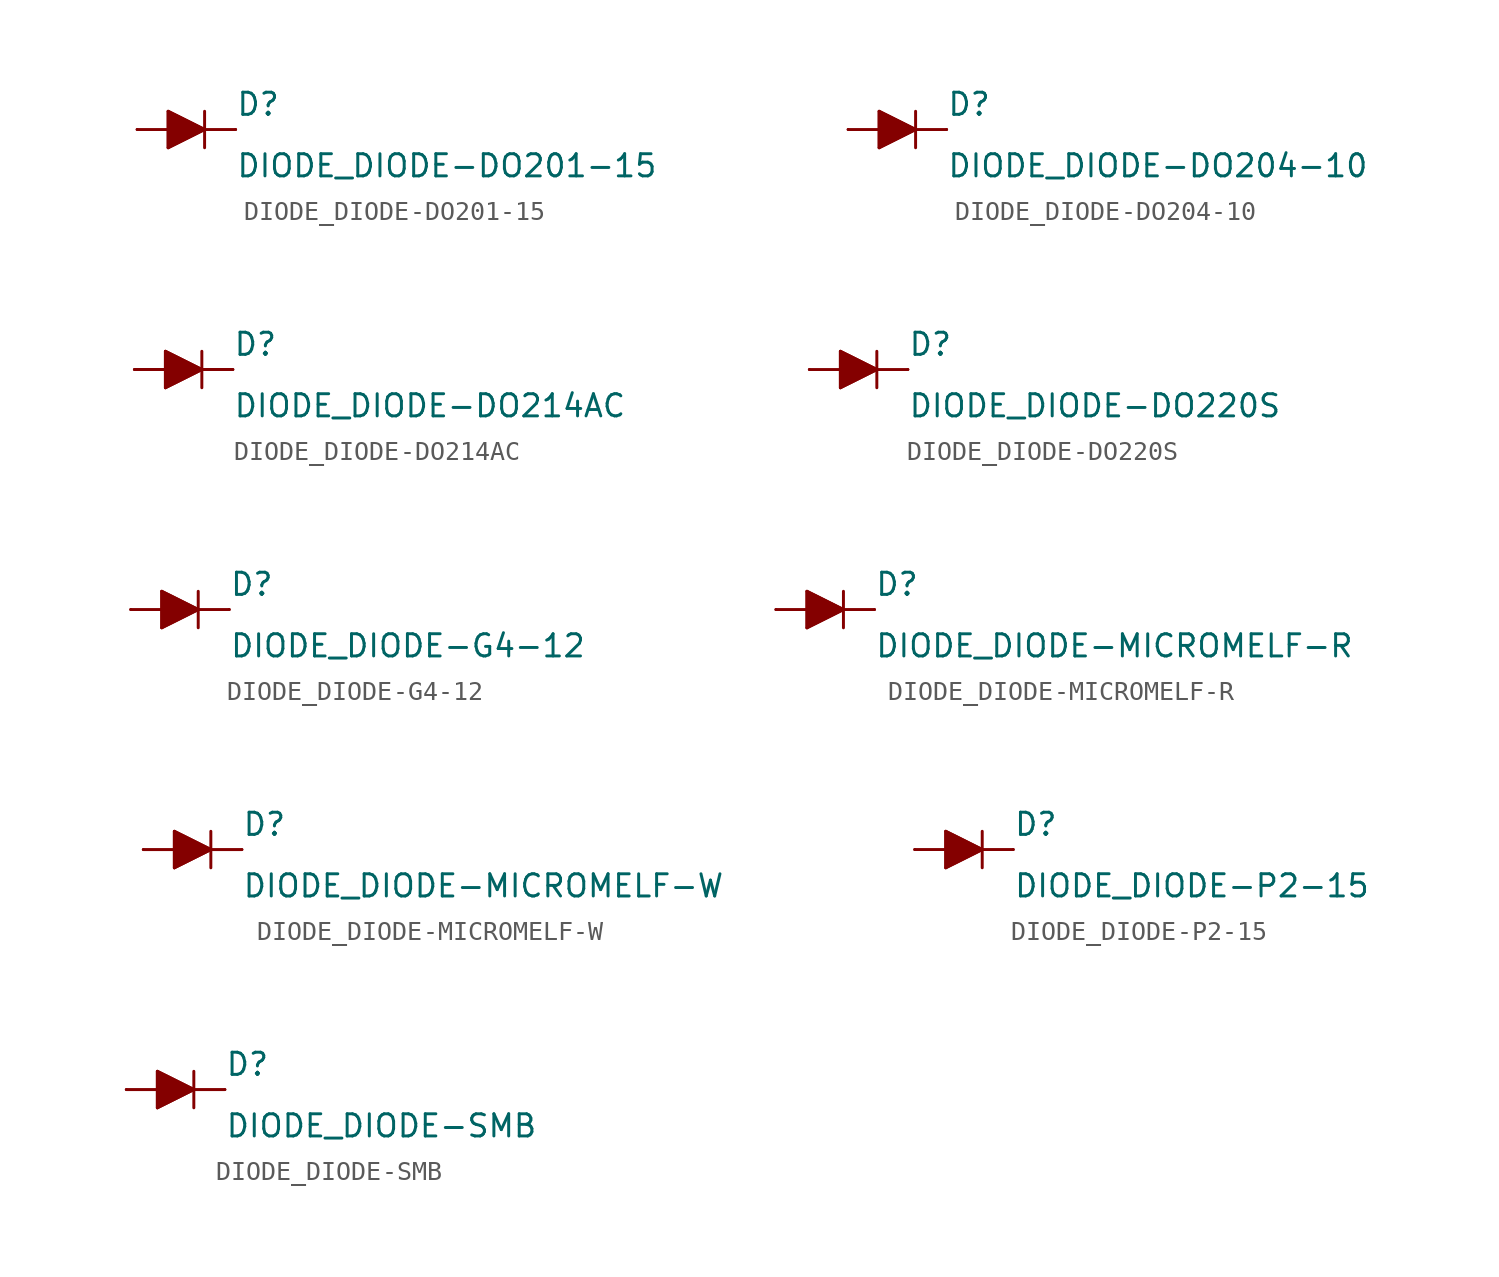
<source format=kicad_sym>
(kicad_symbol_lib
  (version 20210619)
  (generator kicad_symbol_editor)
  (symbol "DIODE_DIODE-DO201-15"
    (pin_numbers hide)
    (pin_names
      (offset 1.016) hide)
    (property "Reference" "D"
      (at 2.54 0.635 0)
      (effects (font (size 1.143 1.143)) (justify left bottom)))
    (property "Value" "DIODE_DIODE-DO201-15"
      (at 2.54 -2.54 0)
      (effects (font (size 1.143 1.143)) (justify left bottom)))
    (property "ki_locked" ""
      (at 0 0 0)
      (effects (font (size 1.27 1.27))))
    (symbol "DIODE_DIODE-DO201-15_1_0"
      (polyline (pts (xy -0.94 -0.94) (xy 0.94 0)) (stroke (width 0)) (fill (type none)))
      (polyline (pts (xy -0.94 0) (xy -2.54 0)) (stroke (width 0)) (fill (type none)))
      (polyline (pts (xy -0.94 0) (xy -0.94 -0.94)) (stroke (width 0)) (fill (type none)))
      (polyline (pts (xy -0.94 0.94) (xy -0.94 0)) (stroke (width 0)) (fill (type none)))
      (polyline (pts (xy 0.94 0) (xy -0.94 0.94)) (stroke (width 0)) (fill (type none)))
      (polyline (pts (xy 0.94 0) (xy 0.94 -0.94)) (stroke (width 0)) (fill (type none)))
      (polyline (pts (xy 0.94 0) (xy 2.54 0)) (stroke (width 0)) (fill (type none)))
      (polyline (pts (xy 0.94 0.94) (xy 0.94 0)) (stroke (width 0)) (fill (type none))))
    (symbol "DIODE_DIODE-DO201-15_1_1"
      (polyline (pts (xy -0.94 0.94) (xy 0.94 0) (xy 0.94 0) (xy -0.94 -0.94) (xy -0.94 -0.94) (xy -0.94 0.94)) (stroke (width 0)) (fill (type outline)))
      (pin passive line (at -2.54 0 0) (length 0) (name "A" (effects (font (size 1.016 1.016)))) (number "A" (effects (font (size 1.016 1.016)))))
      (pin passive line (at 2.54 0 180) (length 0) (name "C" (effects (font (size 1.016 1.016)))) (number "C" (effects (font (size 1.016 1.016)))))))
  (symbol "DIODE_DIODE-DO204-10"
    (pin_numbers hide)
    (pin_names
      (offset 1.016) hide)
    (property "Reference" "D"
      (at 2.54 0.635 0)
      (effects (font (size 1.143 1.143)) (justify left bottom)))
    (property "Value" "DIODE_DIODE-DO204-10"
      (at 2.54 -2.54 0)
      (effects (font (size 1.143 1.143)) (justify left bottom)))
    (property "ki_locked" ""
      (at 0 0 0)
      (effects (font (size 1.27 1.27))))
    (symbol "DIODE_DIODE-DO204-10_1_0"
      (polyline (pts (xy -0.94 -0.94) (xy 0.94 0)) (stroke (width 0)) (fill (type none)))
      (polyline (pts (xy -0.94 0) (xy -2.54 0)) (stroke (width 0)) (fill (type none)))
      (polyline (pts (xy -0.94 0) (xy -0.94 -0.94)) (stroke (width 0)) (fill (type none)))
      (polyline (pts (xy -0.94 0.94) (xy -0.94 0)) (stroke (width 0)) (fill (type none)))
      (polyline (pts (xy 0.94 0) (xy -0.94 0.94)) (stroke (width 0)) (fill (type none)))
      (polyline (pts (xy 0.94 0) (xy 0.94 -0.94)) (stroke (width 0)) (fill (type none)))
      (polyline (pts (xy 0.94 0) (xy 2.54 0)) (stroke (width 0)) (fill (type none)))
      (polyline (pts (xy 0.94 0.94) (xy 0.94 0)) (stroke (width 0)) (fill (type none))))
    (symbol "DIODE_DIODE-DO204-10_1_1"
      (polyline (pts (xy -0.94 0.94) (xy 0.94 0) (xy 0.94 0) (xy -0.94 -0.94) (xy -0.94 -0.94) (xy -0.94 0.94)) (stroke (width 0)) (fill (type outline)))
      (pin passive line (at -2.54 0 0) (length 0) (name "A" (effects (font (size 1.016 1.016)))) (number "A" (effects (font (size 1.016 1.016)))))
      (pin passive line (at 2.54 0 180) (length 0) (name "C" (effects (font (size 1.016 1.016)))) (number "C" (effects (font (size 1.016 1.016)))))))
  (symbol "DIODE_DIODE-DO214AC"
    (pin_numbers hide)
    (pin_names
      (offset 1.016) hide)
    (property "Reference" "D"
      (at 2.54 0.635 0)
      (effects (font (size 1.143 1.143)) (justify left bottom)))
    (property "Value" "DIODE_DIODE-DO214AC"
      (at 2.54 -2.54 0)
      (effects (font (size 1.143 1.143)) (justify left bottom)))
    (property "ki_locked" ""
      (at 0 0 0)
      (effects (font (size 1.27 1.27))))
    (symbol "DIODE_DIODE-DO214AC_1_0"
      (polyline (pts (xy -0.94 -0.94) (xy 0.94 0)) (stroke (width 0)) (fill (type none)))
      (polyline (pts (xy -0.94 0) (xy -2.54 0)) (stroke (width 0)) (fill (type none)))
      (polyline (pts (xy -0.94 0) (xy -0.94 -0.94)) (stroke (width 0)) (fill (type none)))
      (polyline (pts (xy -0.94 0.94) (xy -0.94 0)) (stroke (width 0)) (fill (type none)))
      (polyline (pts (xy 0.94 0) (xy -0.94 0.94)) (stroke (width 0)) (fill (type none)))
      (polyline (pts (xy 0.94 0) (xy 0.94 -0.94)) (stroke (width 0)) (fill (type none)))
      (polyline (pts (xy 0.94 0) (xy 2.54 0)) (stroke (width 0)) (fill (type none)))
      (polyline (pts (xy 0.94 0.94) (xy 0.94 0)) (stroke (width 0)) (fill (type none))))
    (symbol "DIODE_DIODE-DO214AC_1_1"
      (polyline (pts (xy -0.94 0.94) (xy 0.94 0) (xy 0.94 0) (xy -0.94 -0.94) (xy -0.94 -0.94) (xy -0.94 0.94)) (stroke (width 0)) (fill (type outline)))
      (pin passive line (at -2.54 0 0) (length 0) (name "A" (effects (font (size 1.016 1.016)))) (number "A" (effects (font (size 1.016 1.016)))))
      (pin passive line (at 2.54 0 180) (length 0) (name "C" (effects (font (size 1.016 1.016)))) (number "C" (effects (font (size 1.016 1.016)))))))
  (symbol "DIODE_DIODE-DO220S"
    (pin_numbers hide)
    (pin_names
      (offset 1.016) hide)
    (property "Reference" "D"
      (at 2.54 0.635 0)
      (effects (font (size 1.143 1.143)) (justify left bottom)))
    (property "Value" "DIODE_DIODE-DO220S"
      (at 2.54 -2.54 0)
      (effects (font (size 1.143 1.143)) (justify left bottom)))
    (property "ki_locked" ""
      (at 0 0 0)
      (effects (font (size 1.27 1.27))))
    (symbol "DIODE_DIODE-DO220S_1_0"
      (polyline (pts (xy -0.94 -0.94) (xy 0.94 0)) (stroke (width 0)) (fill (type none)))
      (polyline (pts (xy -0.94 0) (xy -2.54 0)) (stroke (width 0)) (fill (type none)))
      (polyline (pts (xy -0.94 0) (xy -0.94 -0.94)) (stroke (width 0)) (fill (type none)))
      (polyline (pts (xy -0.94 0.94) (xy -0.94 0)) (stroke (width 0)) (fill (type none)))
      (polyline (pts (xy 0.94 0) (xy -0.94 0.94)) (stroke (width 0)) (fill (type none)))
      (polyline (pts (xy 0.94 0) (xy 0.94 -0.94)) (stroke (width 0)) (fill (type none)))
      (polyline (pts (xy 0.94 0) (xy 2.54 0)) (stroke (width 0)) (fill (type none)))
      (polyline (pts (xy 0.94 0.94) (xy 0.94 0)) (stroke (width 0)) (fill (type none))))
    (symbol "DIODE_DIODE-DO220S_1_1"
      (polyline (pts (xy -0.94 0.94) (xy 0.94 0) (xy 0.94 0) (xy -0.94 -0.94) (xy -0.94 -0.94) (xy -0.94 0.94)) (stroke (width 0)) (fill (type outline)))
      (pin passive line (at -2.54 0 0) (length 0) (name "A" (effects (font (size 1.016 1.016)))) (number "A" (effects (font (size 1.016 1.016)))))
      (pin passive line (at 2.54 0 180) (length 0) (name "C" (effects (font (size 1.016 1.016)))) (number "C" (effects (font (size 1.016 1.016)))))))
  (symbol "DIODE_DIODE-G4-12"
    (pin_numbers hide)
    (pin_names
      (offset 1.016) hide)
    (property "Reference" "D"
      (at 2.54 0.635 0)
      (effects (font (size 1.143 1.143)) (justify left bottom)))
    (property "Value" "DIODE_DIODE-G4-12"
      (at 2.54 -2.54 0)
      (effects (font (size 1.143 1.143)) (justify left bottom)))
    (property "ki_locked" ""
      (at 0 0 0)
      (effects (font (size 1.27 1.27))))
    (symbol "DIODE_DIODE-G4-12_1_0"
      (polyline (pts (xy -0.94 -0.94) (xy 0.94 0)) (stroke (width 0)) (fill (type none)))
      (polyline (pts (xy -0.94 0) (xy -2.54 0)) (stroke (width 0)) (fill (type none)))
      (polyline (pts (xy -0.94 0) (xy -0.94 -0.94)) (stroke (width 0)) (fill (type none)))
      (polyline (pts (xy -0.94 0.94) (xy -0.94 0)) (stroke (width 0)) (fill (type none)))
      (polyline (pts (xy 0.94 0) (xy -0.94 0.94)) (stroke (width 0)) (fill (type none)))
      (polyline (pts (xy 0.94 0) (xy 0.94 -0.94)) (stroke (width 0)) (fill (type none)))
      (polyline (pts (xy 0.94 0) (xy 2.54 0)) (stroke (width 0)) (fill (type none)))
      (polyline (pts (xy 0.94 0.94) (xy 0.94 0)) (stroke (width 0)) (fill (type none))))
    (symbol "DIODE_DIODE-G4-12_1_1"
      (polyline (pts (xy -0.94 0.94) (xy 0.94 0) (xy 0.94 0) (xy -0.94 -0.94) (xy -0.94 -0.94) (xy -0.94 0.94)) (stroke (width 0)) (fill (type outline)))
      (pin passive line (at -2.54 0 0) (length 0) (name "A" (effects (font (size 1.016 1.016)))) (number "A" (effects (font (size 1.016 1.016)))))
      (pin passive line (at 2.54 0 180) (length 0) (name "C" (effects (font (size 1.016 1.016)))) (number "C" (effects (font (size 1.016 1.016)))))))
  (symbol "DIODE_DIODE-MICROMELF-R"
    (pin_numbers hide)
    (pin_names
      (offset 1.016) hide)
    (property "Reference" "D"
      (at 2.54 0.635 0)
      (effects (font (size 1.143 1.143)) (justify left bottom)))
    (property "Value" "DIODE_DIODE-MICROMELF-R"
      (at 2.54 -2.54 0)
      (effects (font (size 1.143 1.143)) (justify left bottom)))
    (property "ki_locked" ""
      (at 0 0 0)
      (effects (font (size 1.27 1.27))))
    (symbol "DIODE_DIODE-MICROMELF-R_1_0"
      (polyline (pts (xy -0.94 -0.94) (xy 0.94 0)) (stroke (width 0)) (fill (type none)))
      (polyline (pts (xy -0.94 0) (xy -2.54 0)) (stroke (width 0)) (fill (type none)))
      (polyline (pts (xy -0.94 0) (xy -0.94 -0.94)) (stroke (width 0)) (fill (type none)))
      (polyline (pts (xy -0.94 0.94) (xy -0.94 0)) (stroke (width 0)) (fill (type none)))
      (polyline (pts (xy 0.94 0) (xy -0.94 0.94)) (stroke (width 0)) (fill (type none)))
      (polyline (pts (xy 0.94 0) (xy 0.94 -0.94)) (stroke (width 0)) (fill (type none)))
      (polyline (pts (xy 0.94 0) (xy 2.54 0)) (stroke (width 0)) (fill (type none)))
      (polyline (pts (xy 0.94 0.94) (xy 0.94 0)) (stroke (width 0)) (fill (type none))))
    (symbol "DIODE_DIODE-MICROMELF-R_1_1"
      (polyline (pts (xy -0.94 0.94) (xy 0.94 0) (xy 0.94 0) (xy -0.94 -0.94) (xy -0.94 -0.94) (xy -0.94 0.94)) (stroke (width 0)) (fill (type outline)))
      (pin passive line (at -2.54 0 0) (length 0) (name "A" (effects (font (size 1.016 1.016)))) (number "A" (effects (font (size 1.016 1.016)))))
      (pin passive line (at 2.54 0 180) (length 0) (name "C" (effects (font (size 1.016 1.016)))) (number "C" (effects (font (size 1.016 1.016)))))))
  (symbol "DIODE_DIODE-MICROMELF-W"
    (pin_numbers hide)
    (pin_names
      (offset 1.016) hide)
    (property "Reference" "D"
      (at 2.54 0.635 0)
      (effects (font (size 1.143 1.143)) (justify left bottom)))
    (property "Value" "DIODE_DIODE-MICROMELF-W"
      (at 2.54 -2.54 0)
      (effects (font (size 1.143 1.143)) (justify left bottom)))
    (property "ki_locked" ""
      (at 0 0 0)
      (effects (font (size 1.27 1.27))))
    (symbol "DIODE_DIODE-MICROMELF-W_1_0"
      (polyline (pts (xy -0.94 -0.94) (xy 0.94 0)) (stroke (width 0)) (fill (type none)))
      (polyline (pts (xy -0.94 0) (xy -2.54 0)) (stroke (width 0)) (fill (type none)))
      (polyline (pts (xy -0.94 0) (xy -0.94 -0.94)) (stroke (width 0)) (fill (type none)))
      (polyline (pts (xy -0.94 0.94) (xy -0.94 0)) (stroke (width 0)) (fill (type none)))
      (polyline (pts (xy 0.94 0) (xy -0.94 0.94)) (stroke (width 0)) (fill (type none)))
      (polyline (pts (xy 0.94 0) (xy 0.94 -0.94)) (stroke (width 0)) (fill (type none)))
      (polyline (pts (xy 0.94 0) (xy 2.54 0)) (stroke (width 0)) (fill (type none)))
      (polyline (pts (xy 0.94 0.94) (xy 0.94 0)) (stroke (width 0)) (fill (type none))))
    (symbol "DIODE_DIODE-MICROMELF-W_1_1"
      (polyline (pts (xy -0.94 0.94) (xy 0.94 0) (xy 0.94 0) (xy -0.94 -0.94) (xy -0.94 -0.94) (xy -0.94 0.94)) (stroke (width 0)) (fill (type outline)))
      (pin passive line (at -2.54 0 0) (length 0) (name "A" (effects (font (size 1.016 1.016)))) (number "A" (effects (font (size 1.016 1.016)))))
      (pin passive line (at 2.54 0 180) (length 0) (name "C" (effects (font (size 1.016 1.016)))) (number "C" (effects (font (size 1.016 1.016)))))))
  (symbol "DIODE_DIODE-P2-15"
    (pin_numbers hide)
    (pin_names
      (offset 1.016) hide)
    (property "Reference" "D"
      (at 2.54 0.635 0)
      (effects (font (size 1.143 1.143)) (justify left bottom)))
    (property "Value" "DIODE_DIODE-P2-15"
      (at 2.54 -2.54 0)
      (effects (font (size 1.143 1.143)) (justify left bottom)))
    (property "ki_locked" ""
      (at 0 0 0)
      (effects (font (size 1.27 1.27))))
    (symbol "DIODE_DIODE-P2-15_1_0"
      (polyline (pts (xy -0.94 -0.94) (xy 0.94 0)) (stroke (width 0)) (fill (type none)))
      (polyline (pts (xy -0.94 0) (xy -2.54 0)) (stroke (width 0)) (fill (type none)))
      (polyline (pts (xy -0.94 0) (xy -0.94 -0.94)) (stroke (width 0)) (fill (type none)))
      (polyline (pts (xy -0.94 0.94) (xy -0.94 0)) (stroke (width 0)) (fill (type none)))
      (polyline (pts (xy 0.94 0) (xy -0.94 0.94)) (stroke (width 0)) (fill (type none)))
      (polyline (pts (xy 0.94 0) (xy 0.94 -0.94)) (stroke (width 0)) (fill (type none)))
      (polyline (pts (xy 0.94 0) (xy 2.54 0)) (stroke (width 0)) (fill (type none)))
      (polyline (pts (xy 0.94 0.94) (xy 0.94 0)) (stroke (width 0)) (fill (type none))))
    (symbol "DIODE_DIODE-P2-15_1_1"
      (polyline (pts (xy -0.94 0.94) (xy 0.94 0) (xy 0.94 0) (xy -0.94 -0.94) (xy -0.94 -0.94) (xy -0.94 0.94)) (stroke (width 0)) (fill (type outline)))
      (pin passive line (at -2.54 0 0) (length 0) (name "A" (effects (font (size 1.016 1.016)))) (number "A" (effects (font (size 1.016 1.016)))))
      (pin passive line (at 2.54 0 180) (length 0) (name "C" (effects (font (size 1.016 1.016)))) (number "C" (effects (font (size 1.016 1.016)))))))
  (symbol "DIODE_DIODE-SMB"
    (pin_numbers hide)
    (pin_names
      (offset 1.016) hide)
    (property "Reference" "D"
      (at 2.54 0.635 0)
      (effects (font (size 1.143 1.143)) (justify left bottom)))
    (property "Value" "DIODE_DIODE-SMB"
      (at 2.54 -2.54 0)
      (effects (font (size 1.143 1.143)) (justify left bottom)))
    (property "ki_locked" ""
      (at 0 0 0)
      (effects (font (size 1.27 1.27))))
    (symbol "DIODE_DIODE-SMB_1_0"
      (polyline (pts (xy -0.94 -0.94) (xy 0.94 0)) (stroke (width 0)) (fill (type none)))
      (polyline (pts (xy -0.94 0) (xy -2.54 0)) (stroke (width 0)) (fill (type none)))
      (polyline (pts (xy -0.94 0) (xy -0.94 -0.94)) (stroke (width 0)) (fill (type none)))
      (polyline (pts (xy -0.94 0.94) (xy -0.94 0)) (stroke (width 0)) (fill (type none)))
      (polyline (pts (xy 0.94 0) (xy -0.94 0.94)) (stroke (width 0)) (fill (type none)))
      (polyline (pts (xy 0.94 0) (xy 0.94 -0.94)) (stroke (width 0)) (fill (type none)))
      (polyline (pts (xy 0.94 0) (xy 2.54 0)) (stroke (width 0)) (fill (type none)))
      (polyline (pts (xy 0.94 0.94) (xy 0.94 0)) (stroke (width 0)) (fill (type none))))
    (symbol "DIODE_DIODE-SMB_1_1"
      (polyline (pts (xy -0.94 0.94) (xy 0.94 0) (xy 0.94 0) (xy -0.94 -0.94) (xy -0.94 -0.94) (xy -0.94 0.94)) (stroke (width 0)) (fill (type outline)))
      (pin passive line (at -2.54 0 0) (length 0) (name "A" (effects (font (size 1.016 1.016)))) (number "A" (effects (font (size 1.016 1.016)))))
      (pin passive line (at 2.54 0 180) (length 0) (name "C" (effects (font (size 1.016 1.016)))) (number "C" (effects (font (size 1.016 1.016))))))))
</source>
